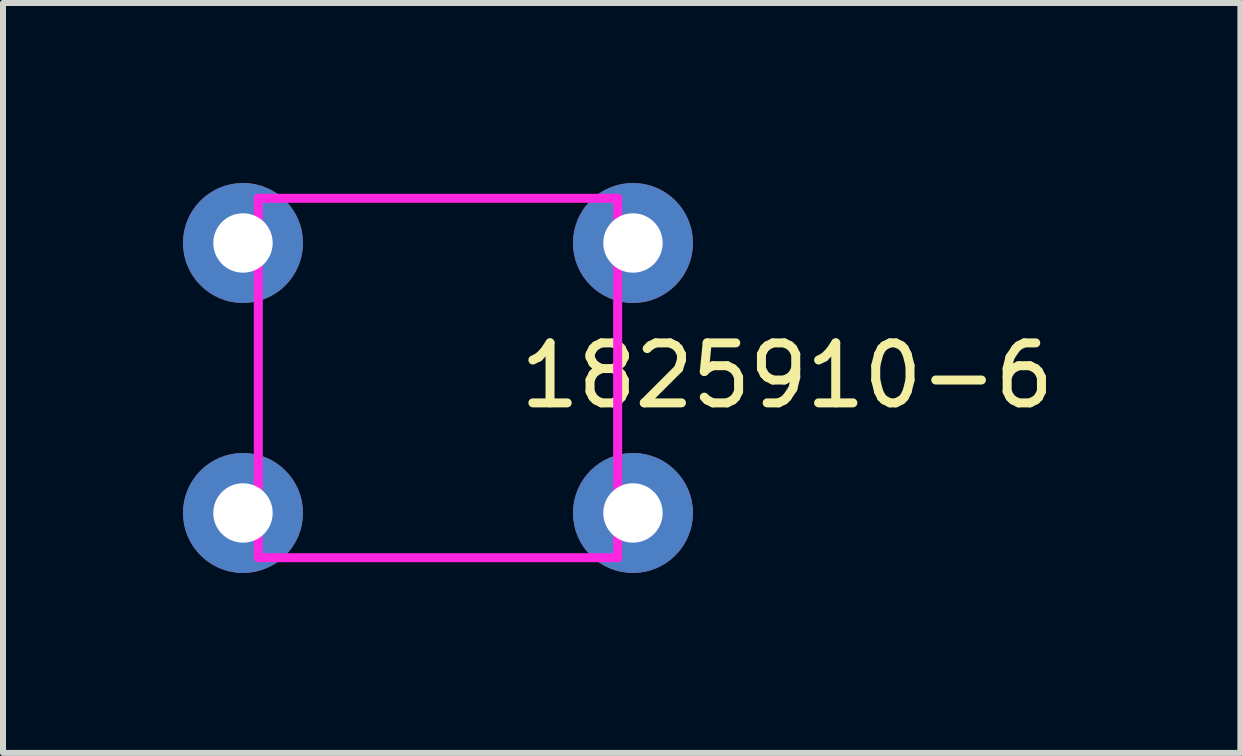
<source format=kicad_pcb>
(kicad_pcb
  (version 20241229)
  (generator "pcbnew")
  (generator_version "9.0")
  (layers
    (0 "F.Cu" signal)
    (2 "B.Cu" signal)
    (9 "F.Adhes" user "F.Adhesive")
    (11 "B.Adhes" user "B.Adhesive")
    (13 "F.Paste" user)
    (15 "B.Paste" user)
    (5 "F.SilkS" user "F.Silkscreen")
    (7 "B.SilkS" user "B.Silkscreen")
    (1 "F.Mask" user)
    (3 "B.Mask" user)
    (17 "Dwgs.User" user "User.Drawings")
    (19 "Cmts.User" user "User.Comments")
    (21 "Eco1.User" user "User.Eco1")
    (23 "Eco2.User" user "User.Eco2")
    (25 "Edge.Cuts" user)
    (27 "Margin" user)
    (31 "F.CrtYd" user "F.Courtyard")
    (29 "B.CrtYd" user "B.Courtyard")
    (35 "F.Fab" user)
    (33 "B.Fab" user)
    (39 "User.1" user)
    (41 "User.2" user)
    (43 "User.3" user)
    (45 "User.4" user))
  (footprint "1825910-6"
    (layer "F.Cu")
    (at 1 1)
    (property "Reference" "1825910-6" (at 9.07 2.21 0) (layer "F.SilkS") (effects (font (size 1 1) (thickness 0.15))))
    (attr through_hole)
    (fp_line (start 0.255 -0.745) (end 0.255 5.245) (stroke (width 0.15) (type solid)) (layer "F.CrtYd"))
    (fp_line (start 0.255 -0.745) (end 6.245 -0.745) (stroke (width 0.15) (type solid)) (layer "F.CrtYd"))
    (fp_line (start 0.255 5.245) (end 6.245 5.245) (stroke (width 0.15) (type solid)) (layer "F.CrtYd"))
    (fp_line (start 6.245 -0.745) (end 6.245 5.245) (stroke (width 0.15) (type solid)) (layer "F.CrtYd"))
    (pad "1" thru_hole circle (at 6.5 0) (size 2 2) (drill 0.99) (layers "*.Cu" "*.Mask"))
    (pad "2" thru_hole circle (at 6.5 4.5) (size 2 2) (drill 0.99) (layers "*.Cu" "*.Mask"))
    (pad "3" thru_hole circle (at 0 0) (size 2 2) (drill 0.99) (layers "*.Cu" "*.Mask"))
    (pad "4" thru_hole circle (at 0 4.5) (size 2 2) (drill 0.99) (layers "*.Cu" "*.Mask")))
  (gr_rect
    (start -3 -3)
    (end 17.624 9.5)
    (stroke (width 0.1) (type default))
    (fill no)
    (layer "Edge.Cuts")))
</source>
